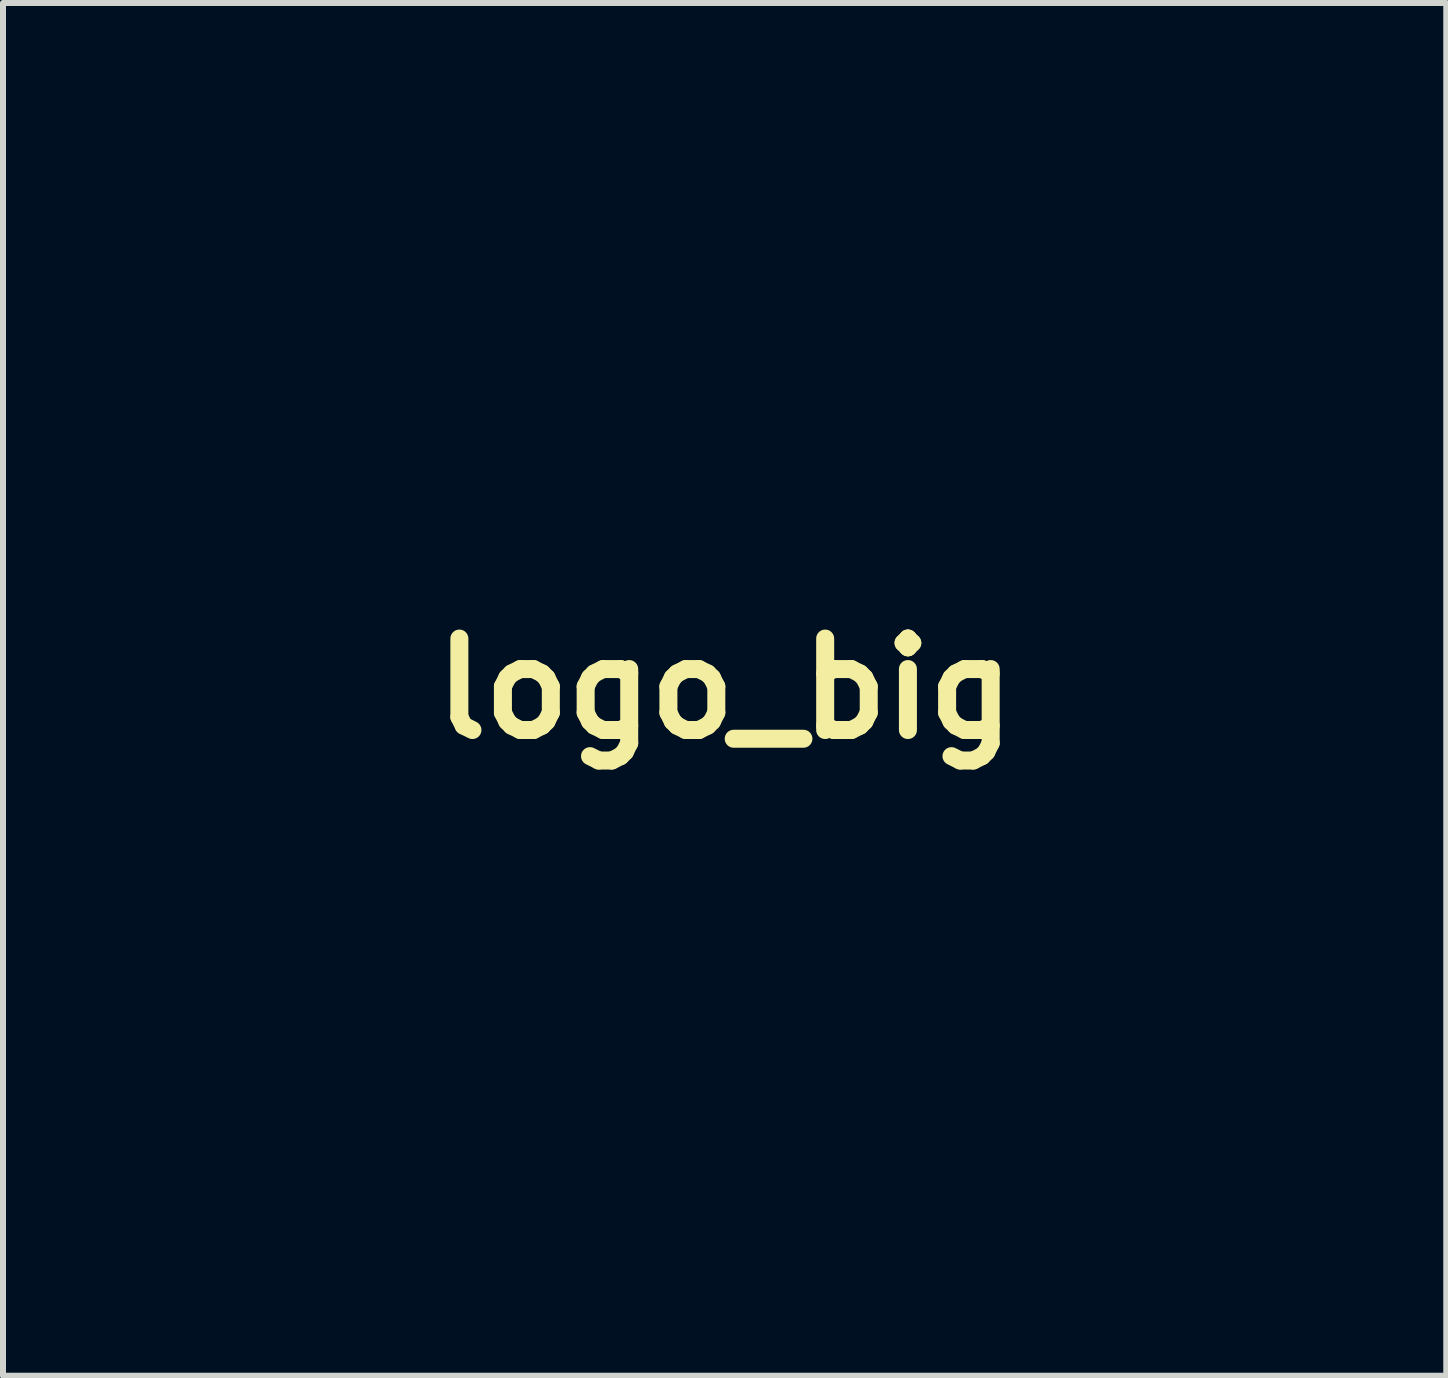
<source format=kicad_pcb>
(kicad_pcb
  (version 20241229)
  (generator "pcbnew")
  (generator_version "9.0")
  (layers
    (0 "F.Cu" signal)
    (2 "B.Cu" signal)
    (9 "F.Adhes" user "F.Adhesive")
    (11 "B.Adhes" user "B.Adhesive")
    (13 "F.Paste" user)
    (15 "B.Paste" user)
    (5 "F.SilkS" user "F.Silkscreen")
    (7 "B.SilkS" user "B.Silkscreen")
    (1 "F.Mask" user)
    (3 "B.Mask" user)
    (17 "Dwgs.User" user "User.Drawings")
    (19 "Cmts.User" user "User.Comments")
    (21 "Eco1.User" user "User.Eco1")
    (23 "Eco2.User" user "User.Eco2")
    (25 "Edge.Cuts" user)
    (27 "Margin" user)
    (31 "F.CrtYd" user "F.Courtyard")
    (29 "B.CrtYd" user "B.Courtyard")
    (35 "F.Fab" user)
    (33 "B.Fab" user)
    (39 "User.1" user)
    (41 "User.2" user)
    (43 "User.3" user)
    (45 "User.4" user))
  (footprint "logo_big"
    (layer "F.Cu")
    (at 9.032 8.426)
    (property "Reference" "logo_big" (at 0 0 0) (layer "F.SilkS") (effects (font (size 1.524 1.524) (thickness 0.3))))
    (attr through_hole)
    (fp_poly (pts (xy -0.374 5.612) (xy 0.042 5.766) (xy 0.565 5.867) (xy 1.139 5.907) (xy 1.588 5.89) (xy 2.049 5.85) (xy 2.369 5.826) (xy 2.574 5.819) (xy 2.691 5.832) (xy 2.748 5.866) (xy 2.771 5.921) (xy 2.777 5.949) (xy 2.725 6.08) (xy 2.534 6.198) (xy 2.237 6.296) (xy 1.864 6.366) (xy 1.446 6.403) (xy 1.016 6.398) (xy 0.847 6.383) (xy 0.294 6.3) (xy -0.167 6.189) (xy -0.505 6.058) (xy -0.628 5.981) (xy -0.774 5.846) (xy -0.797 5.744) (xy -0.739 5.642) (xy -0.644 5.541) (xy -0.537 5.538) (xy -0.374 5.612)) (stroke (width 0.01) (type solid)) (fill no) (layer "Eco2.User"))
    (fp_poly (pts (xy 0.192 -3.697) (xy 0.307 -3.633) (xy 0.33 -3.608) (xy 0.398 -3.45) (xy 0.304 -3.328) (xy 0.048 -3.244) (xy -0.318 -3.199) (xy -0.751 -3.138) (xy -1.128 -3.028) (xy -1.24 -2.979) (xy -1.61 -2.742) (xy -1.995 -2.415) (xy -2.343 -2.05) (xy -2.604 -1.696) (xy -2.65 -1.614) (xy -2.808 -1.344) (xy -2.935 -1.222) (xy -3.051 -1.235) (xy -3.133 -1.313) (xy -3.186 -1.416) (xy -3.172 -1.557) (xy -3.084 -1.783) (xy -3.043 -1.874) (xy -2.739 -2.349) (xy -2.305 -2.791) (xy -1.781 -3.174) (xy -1.206 -3.472) (xy -0.62 -3.658) (xy -0.32 -3.702) (xy -0.003 -3.718) (xy 0.192 -3.697)) (stroke (width 0.01) (type solid)) (fill no) (layer "Eco2.User"))
    (fp_poly (pts (xy 0.699 -8.37) (xy 0.762 -8.223) (xy 0.762 -8.212) (xy 0.716 -8.113) (xy 0.562 -8.017) (xy 0.272 -7.912) (xy 0.187 -7.885) (xy -0.305 -7.684) (xy -0.648 -7.418) (xy -0.852 -7.073) (xy -0.93 -6.635) (xy -0.931 -6.553) (xy -0.931 -6.26) (xy -0.487 -6.326) (xy -0.054 -6.368) (xy 0.463 -6.382) (xy 1.011 -6.372) (xy 1.538 -6.339) (xy 1.991 -6.284) (xy 2.258 -6.228) (xy 2.617 -6.116) (xy 3.023 -5.973) (xy 3.285 -5.87) (xy 3.818 -5.65) (xy 4.221 -5.869) (xy 4.563 -6.021) (xy 4.934 -6.13) (xy 5.287 -6.188) (xy 5.575 -6.188) (xy 5.734 -6.135) (xy 5.83 -6.03) (xy 5.781 -5.913) (xy 5.765 -5.893) (xy 5.593 -5.784) (xy 5.454 -5.757) (xy 5.272 -5.731) (xy 5.028 -5.664) (xy 4.768 -5.573) (xy 4.54 -5.476) (xy 4.389 -5.392) (xy 4.356 -5.342) (xy 4.444 -5.259) (xy 4.622 -5.122) (xy 4.724 -5.05) (xy 5.052 -4.822) (xy 5.537 -5.044) (xy 6.179 -5.262) (xy 6.788 -5.316) (xy 7.356 -5.21) (xy 7.872 -4.945) (xy 8.327 -4.524) (xy 8.562 -4.207) (xy 8.87 -3.608) (xy 9.014 -3.01) (xy 8.999 -2.391) (xy 8.975 -2.254) (xy 8.865 -1.806) (xy 8.716 -1.453) (xy 8.491 -1.124) (xy 8.253 -0.853) (xy 7.888 -0.463) (xy 8.004 -0.018) (xy 8.17 0.95) (xy 8.176 1.918) (xy 8.029 2.873) (xy 7.736 3.798) (xy 7.305 4.679) (xy 6.745 5.499) (xy 6.062 6.243) (xy 5.265 6.897) (xy 4.361 7.445) (xy 4.222 7.514) (xy 3.084 7.991) (xy 1.968 8.301) (xy 0.871 8.445) (xy -0.213 8.425) (xy -0.818 8.341) (xy -1.879 8.08) (xy -2.837 7.695) (xy -3.717 7.173) (xy -4.542 6.502) (xy -4.717 6.336) (xy -5.242 5.82) (xy -5.648 6.016) (xy -6.026 6.147) (xy -6.485 6.23) (xy -6.958 6.259) (xy -7.379 6.229) (xy -7.563 6.185) (xy -7.792 6.074) (xy -8.068 5.89) (xy -8.251 5.743) (xy -8.672 5.281) (xy -8.931 4.783) (xy -9.027 4.262) (xy -9.027 4.26) (xy -8.544 4.26) (xy -8.458 4.706) (xy -8.434 4.765) (xy -8.209 5.117) (xy -7.874 5.435) (xy -7.487 5.668) (xy -7.356 5.717) (xy -6.879 5.794) (xy -6.36 5.754) (xy -5.875 5.602) (xy -5.819 5.575) (xy -5.5 5.413) (xy -5.777 4.909) (xy -5.952 4.615) (xy -6.093 4.458) (xy -6.233 4.416) (xy -6.404 4.472) (xy -6.447 4.494) (xy -6.555 4.582) (xy -6.584 4.723) (xy -6.561 4.917) (xy -6.536 5.136) (xy -6.569 5.232) (xy -6.636 5.249) (xy -6.789 5.176) (xy -6.893 4.993) (xy -6.937 4.752) (xy -6.914 4.509) (xy -6.814 4.317) (xy -6.795 4.299) (xy -6.587 4.165) (xy -6.456 4.111) (xy -6.294 4.026) (xy -6.3 3.921) (xy -6.473 3.795) (xy -6.54 3.761) (xy -6.875 3.688) (xy -7.212 3.755) (xy -7.498 3.943) (xy -7.621 4.106) (xy -7.761 4.294) (xy -7.887 4.358) (xy -7.968 4.296) (xy -7.977 4.151) (xy -7.869 3.879) (xy -7.637 3.635) (xy -7.327 3.444) (xy -6.984 3.336) (xy -6.653 3.336) (xy -6.625 3.342) (xy -6.48 3.364) (xy -6.445 3.297) (xy -6.474 3.158) (xy -6.569 2.894) (xy -6.713 2.757) (xy -6.95 2.719) (xy -7.128 2.73) (xy -7.597 2.848) (xy -7.991 3.089) (xy -8.293 3.423) (xy -8.483 3.823) (xy -8.544 4.26) (xy -9.027 4.26) (xy -8.958 3.729) (xy -8.723 3.194) (xy -8.674 3.116) (xy -8.384 2.799) (xy -7.975 2.522) (xy -7.892 2.487) (xy -6.14 2.487) (xy -6.1 2.734) (xy -6.008 3.074) (xy -5.872 3.477) (xy -5.701 3.911) (xy -5.505 4.347) (xy -5.494 4.37) (xy -4.983 5.256) (xy -4.37 6.015) (xy -3.647 6.652) (xy -2.808 7.172) (xy -1.846 7.581) (xy -0.931 7.844) (xy -0.527 7.904) (xy -0.007 7.93) (xy 0.579 7.925) (xy 1.181 7.891) (xy 1.75 7.829) (xy 2.234 7.743) (xy 2.371 7.708) (xy 3.295 7.409) (xy 4.091 7.06) (xy 4.796 6.641) (xy 5.449 6.129) (xy 5.842 5.758) (xy 6.354 5.207) (xy 6.753 4.679) (xy 7.073 4.121) (xy 7.351 3.476) (xy 7.395 3.358) (xy 7.501 3.053) (xy 7.573 2.795) (xy 7.618 2.535) (xy 7.641 2.226) (xy 7.65 1.82) (xy 7.652 1.566) (xy 7.644 1.048) (xy 7.619 0.596) (xy 7.58 0.249) (xy 7.548 0.098) (xy 7.474 -0.125) (xy 7.401 -0.22) (xy 7.289 -0.221) (xy 7.212 -0.199) (xy 6.979 -0.158) (xy 6.648 -0.135) (xy 6.279 -0.131) (xy 5.934 -0.145) (xy 5.672 -0.179) (xy 5.607 -0.197) (xy 5.532 -0.21) (xy 5.522 -0.158) (xy 5.585 -0.021) (xy 5.731 0.221) (xy 5.876 0.449) (xy 6.227 1.006) (xy 6.482 1.444) (xy 6.645 1.779) (xy 6.722 2.029) (xy 6.716 2.211) (xy 6.634 2.34) (xy 6.479 2.434) (xy 6.453 2.444) (xy 6.132 2.545) (xy 5.739 2.627) (xy 5.313 2.687) (xy 4.893 2.723) (xy 4.517 2.731) (xy 4.225 2.707) (xy 4.056 2.649) (xy 4.047 2.642) (xy 3.987 2.523) (xy 4.067 2.422) (xy 4.297 2.337) (xy 4.682 2.265) (xy 5.16 2.21) (xy 5.552 2.167) (xy 5.882 2.119) (xy 6.115 2.073) (xy 6.209 2.038) (xy 6.228 1.98) (xy 6.201 1.876) (xy 6.122 1.712) (xy 5.981 1.475) (xy 5.772 1.152) (xy 5.484 0.73) (xy 5.112 0.196) (xy 4.719 -0.36) (xy 4.348 -0.874) (xy 4.037 -1.282) (xy 3.797 -1.574) (xy 3.634 -1.741) (xy 3.569 -1.778) (xy 3.35 -1.712) (xy 3.122 -1.549) (xy 2.959 -1.347) (xy 2.924 -1.212) (xy 2.951 -1.021) (xy 3.049 -0.733) (xy 3.086 -0.639) (xy 3.278 0.055) (xy 3.306 0.743) (xy 3.173 1.408) (xy 2.883 2.031) (xy 2.479 2.553) (xy 1.973 2.991) (xy 1.425 3.278) (xy 0.798 3.43) (xy 0.573 3.452) (xy -0.077 3.44) (xy -0.661 3.292) (xy -1.231 2.995) (xy -1.25 2.983) (xy -1.792 2.537) (xy -2.195 2.006) (xy -2.452 1.404) (xy -2.552 0.763) (xy -2.558 0.635) (xy -2.071 0.635) (xy -2.059 0.997) (xy -2.008 1.271) (xy -1.899 1.537) (xy -1.822 1.681) (xy -1.663 1.925) (xy -1.454 2.186) (xy -1.23 2.427) (xy -1.026 2.612) (xy -0.876 2.705) (xy -0.85 2.709) (xy -0.826 2.635) (xy -0.826 2.449) (xy -0.832 2.375) (xy -0.794 2.051) (xy -0.639 1.803) (xy -0.403 1.651) (xy -0.125 1.611) (xy 0.158 1.704) (xy 0.3 1.816) (xy 0.463 2.079) (xy 0.509 2.382) (xy 0.435 2.666) (xy 0.346 2.787) (xy 0.243 2.921) (xy 0.232 2.998) (xy 0.356 3.022) (xy 0.591 2.998) (xy 0.89 2.933) (xy 1.206 2.838) (xy 1.378 2.772) (xy 1.726 2.567) (xy 2.082 2.262) (xy 2.401 1.904) (xy 2.638 1.54) (xy 2.726 1.329) (xy 2.831 0.71) (xy 2.791 0.092) (xy 2.618 -0.497) (xy 2.325 -1.026) (xy 1.923 -1.465) (xy 1.496 -1.75) (xy 1.224 -1.872) (xy 0.985 -1.931) (xy 0.7 -1.939) (xy 0.504 -1.927) (xy -0.183 -1.797) (xy -0.808 -1.515) (xy -1.347 -1.093) (xy -1.727 -0.637) (xy -1.959 -0.16) (xy -2.062 0.383) (xy -2.071 0.635) (xy -2.558 0.635) (xy -2.564 0.521) (xy -2.579 0.367) (xy -2.587 0.339) (xy -2.666 0.379) (xy -2.866 0.49) (xy -3.163 0.657) (xy -3.533 0.867) (xy -3.95 1.104) (xy -4.389 1.356) (xy -4.827 1.608) (xy -5.237 1.845) (xy -5.597 2.053) (xy -5.879 2.218) (xy -6.061 2.327) (xy -6.116 2.362) (xy -6.14 2.487) (xy -7.892 2.487) (xy -7.494 2.316) (xy -7.21 2.241) (xy -6.753 2.15) (xy -6.738 1.362) (xy -6.27 1.362) (xy -6.268 1.64) (xy -6.248 1.809) (xy -6.214 1.843) (xy -6.122 1.791) (xy -5.905 1.666) (xy -5.581 1.481) (xy -5.172 1.247) (xy -4.699 0.976) (xy -4.276 0.733) (xy -3.698 0.402) (xy -3.25 0.14) (xy -2.913 -0.066) (xy -2.668 -0.227) (xy -2.498 -0.356) (xy -2.383 -0.468) (xy -2.305 -0.574) (xy -2.251 -0.674) (xy -2.025 -1.032) (xy -1.694 -1.41) (xy -1.308 -1.755) (xy -0.98 -1.981) (xy -0.569 -2.175) (xy -0.084 -2.332) (xy 0.397 -2.432) (xy 0.694 -2.455) (xy 1.085 -2.401) (xy 1.528 -2.254) (xy 1.954 -2.042) (xy 2.207 -1.868) (xy 2.523 -1.615) (xy 2.834 -1.908) (xy 3.188 -2.159) (xy 3.477 -2.254) (xy 3.81 -2.308) (xy 3.81 -2.488) (xy 4.277 -2.488) (xy 4.361 -2.069) (xy 4.512 -1.67) (xy 4.698 -1.379) (xy 4.905 -1.143) (xy 4.908 -1.405) (xy 4.986 -1.693) (xy 5.189 -1.894) (xy 5.483 -1.975) (xy 5.503 -1.976) (xy 5.798 -1.91) (xy 5.996 -1.738) (xy 6.086 -1.501) (xy 6.06 -1.238) (xy 5.908 -0.988) (xy 5.773 -0.875) (xy 5.493 -0.687) (xy 5.815 -0.633) (xy 6.046 -0.591) (xy 6.206 -0.555) (xy 6.223 -0.55) (xy 6.385 -0.542) (xy 6.65 -0.573) (xy 6.958 -0.634) (xy 7.187 -0.695) (xy 7.53 -0.868) (xy 7.877 -1.159) (xy 8.179 -1.522) (xy 8.352 -1.82) (xy 8.53 -2.373) (xy 8.542 -2.924) (xy 8.389 -3.488) (xy 8.276 -3.731) (xy 7.978 -4.21) (xy 7.654 -4.538) (xy 7.278 -4.732) (xy 6.865 -4.809) (xy 6.266 -4.774) (xy 5.699 -4.593) (xy 5.189 -4.288) (xy 4.765 -3.877) (xy 4.452 -3.382) (xy 4.282 -2.853) (xy 4.277 -2.488) (xy 3.81 -2.488) (xy 3.81 -2.713) (xy 3.889 -3.236) (xy 4.119 -3.78) (xy 4.385 -4.188) (xy 4.639 -4.523) (xy 4.331 -4.757) (xy 4.113 -4.9) (xy 3.93 -4.984) (xy 3.881 -4.993) (xy 3.761 -4.926) (xy 3.599 -4.746) (xy 3.476 -4.566) (xy 3.282 -4.293) (xy 3.13 -4.173) (xy 3.066 -4.167) (xy 2.957 -4.263) (xy 2.943 -4.461) (xy 3.019 -4.725) (xy 3.167 -4.998) (xy 3.378 -5.317) (xy 2.98 -5.488) (xy 2.693 -5.591) (xy 2.318 -5.7) (xy 1.937 -5.791) (xy 1.93 -5.792) (xy 0.908 -5.918) (xy -0.121 -5.882) (xy -1.136 -5.69) (xy -2.118 -5.347) (xy -3.047 -4.859) (xy -3.902 -4.231) (xy -3.981 -4.162) (xy -4.634 -3.483) (xy -5.205 -2.68) (xy -5.673 -1.79) (xy -6.014 -0.849) (xy -6.015 -0.847) (xy -6.077 -0.571) (xy -6.135 -0.217) (xy -6.185 0.185) (xy -6.226 0.603) (xy -6.255 1.006) (xy -6.27 1.362) (xy -6.738 1.362) (xy -6.733 1.054) (xy -6.709 0.428) (xy -6.656 -0.102) (xy -6.562 -0.61) (xy -6.418 -1.168) (xy -6.382 -1.291) (xy -6.395 -1.413) (xy -6.497 -1.439) (xy -6.779 -1.501) (xy -7.109 -1.664) (xy -7.436 -1.893) (xy -7.704 -2.155) (xy -7.781 -2.258) (xy -8.001 -2.713) (xy -8.097 -3.199) (xy -8.066 -3.673) (xy -7.908 -4.092) (xy -7.846 -4.186) (xy -7.692 -4.306) (xy -7.554 -4.285) (xy -7.479 -4.147) (xy -7.488 -3.999) (xy -7.583 -3.461) (xy -7.587 -3) (xy -7.502 -2.646) (xy -7.459 -2.565) (xy -7.217 -2.305) (xy -6.862 -2.08) (xy -6.448 -1.924) (xy -6.415 -1.916) (xy -6.288 -1.898) (xy -6.19 -1.938) (xy -6.091 -2.065) (xy -5.958 -2.309) (xy -5.919 -2.386) (xy -5.626 -2.904) (xy -5.269 -3.439) (xy -4.897 -3.921) (xy -4.728 -4.111) (xy -4.485 -4.37) (xy -4.862 -4.764) (xy -5.204 -5.231) (xy -5.391 -5.74) (xy -5.422 -6.267) (xy -5.297 -6.787) (xy -5.013 -7.277) (xy -4.958 -7.345) (xy -4.754 -7.529) (xy -4.564 -7.612) (xy -4.419 -7.603) (xy -4.351 -7.51) (xy -4.39 -7.344) (xy -4.48 -7.209) (xy -4.631 -6.99) (xy -4.79 -6.71) (xy -4.837 -6.616) (xy -4.942 -6.359) (xy -4.967 -6.15) (xy -4.922 -5.894) (xy -4.915 -5.868) (xy -4.752 -5.412) (xy -4.512 -5.075) (xy -4.317 -4.91) (xy -4.085 -4.744) (xy -3.459 -5.161) (xy -3.165 -5.341) (xy -2.807 -5.535) (xy -2.425 -5.725) (xy -2.058 -5.893) (xy -1.744 -6.02) (xy -1.522 -6.089) (xy -1.466 -6.096) (xy -1.427 -6.173) (xy -1.4 -6.372) (xy -1.391 -6.583) (xy -1.32 -7.141) (xy -1.114 -7.6) (xy -0.769 -7.963) (xy -0.285 -8.232) (xy 0.2 -8.379) (xy 0.516 -8.421) (xy 0.699 -8.37)) (stroke (width 0.01) (type solid)) (fill no) (layer "Eco2.User")))
  (gr_rect
    (start -3 -3)
    (end 21.051 19.876)
    (stroke (width 0.1) (type default))
    (fill no)
    (layer "Edge.Cuts")))
</source>
